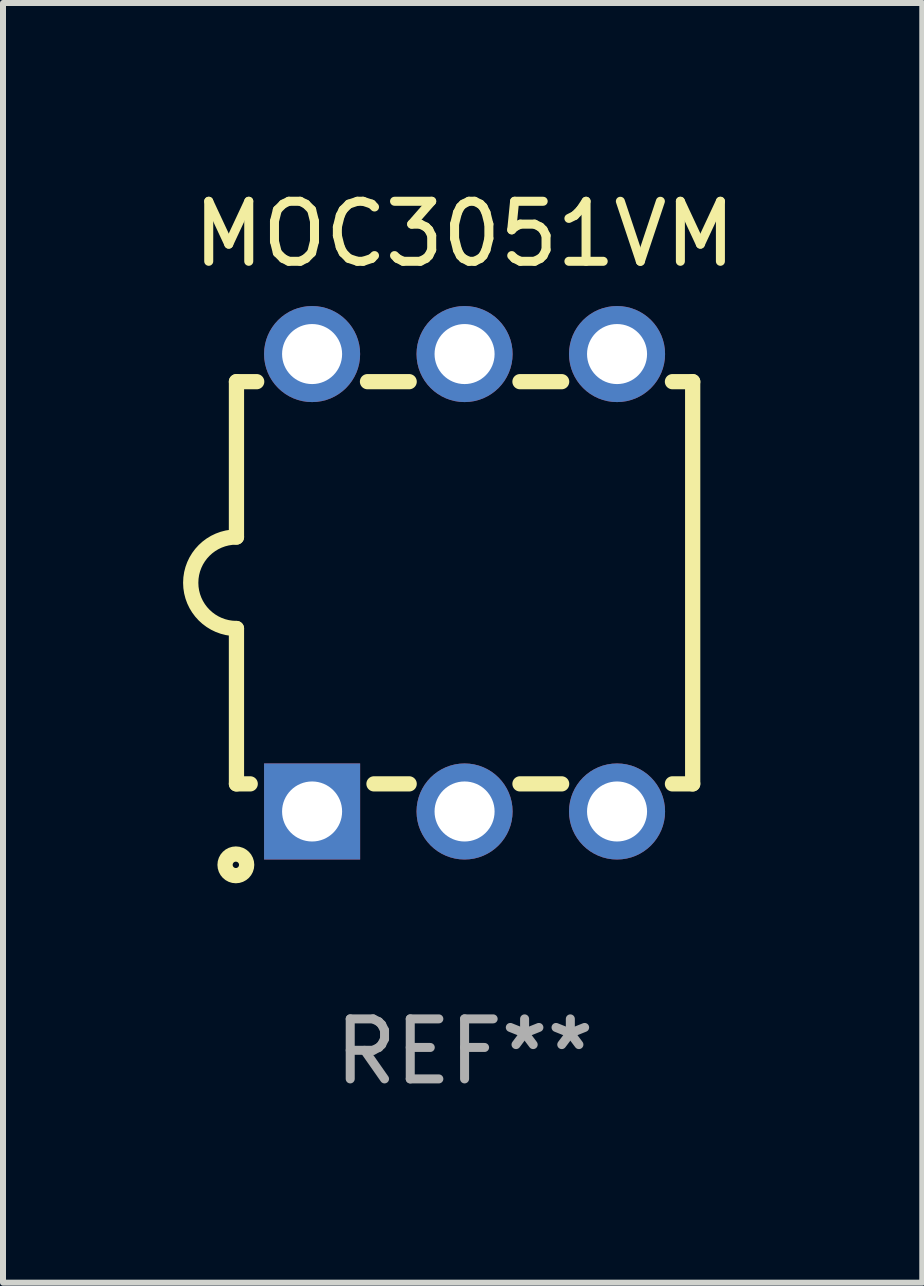
<source format=kicad_pcb>
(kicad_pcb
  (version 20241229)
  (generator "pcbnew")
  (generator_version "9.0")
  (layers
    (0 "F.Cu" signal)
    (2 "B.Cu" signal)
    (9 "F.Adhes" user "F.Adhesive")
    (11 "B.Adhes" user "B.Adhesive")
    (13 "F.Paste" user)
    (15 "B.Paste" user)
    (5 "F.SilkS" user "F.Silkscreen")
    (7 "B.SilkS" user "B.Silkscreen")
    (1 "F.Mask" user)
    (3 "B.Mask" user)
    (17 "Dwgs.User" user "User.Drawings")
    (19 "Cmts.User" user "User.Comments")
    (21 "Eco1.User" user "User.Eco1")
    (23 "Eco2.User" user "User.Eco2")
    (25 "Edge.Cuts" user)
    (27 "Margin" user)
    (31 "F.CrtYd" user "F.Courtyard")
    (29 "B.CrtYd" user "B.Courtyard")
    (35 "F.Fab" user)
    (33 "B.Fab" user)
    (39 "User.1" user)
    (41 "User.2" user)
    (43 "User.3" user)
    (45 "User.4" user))
  (footprint "MOC3051VM"
    (layer "F.Cu")
    (at 4.689 6.658)
    (property "Reference" "MOC3051VM" (at 0 -5.81 0) (layer "F.SilkS") (effects (font (size 1 1) (thickness 0.15))))
    (attr through_hole)
    (fp_line (start -3.8 3.35) (end -3.8 0.762) (stroke (width 0.254) (type solid)) (layer "F.SilkS"))
    (fp_line (start -3.8 3.35) (end -3.571 3.35) (stroke (width 0.254) (type solid)) (layer "F.SilkS"))
    (fp_line (start -3.8 -3.35) (end -3.8 -0.762) (stroke (width 0.254) (type solid)) (layer "F.SilkS"))
    (fp_line (start -3.8 -3.35) (end -3.463 -3.35) (stroke (width 0.254) (type solid)) (layer "F.SilkS"))
    (fp_line (start -1.617 -3.35) (end -0.923 -3.35) (stroke (width 0.254) (type solid)) (layer "F.SilkS"))
    (fp_line (start -1.509 3.35) (end -0.923 3.35) (stroke (width 0.254) (type solid)) (layer "F.SilkS"))
    (fp_line (start 0.923 -3.35) (end 1.617 -3.35) (stroke (width 0.254) (type solid)) (layer "F.SilkS"))
    (fp_line (start 0.923 3.35) (end 1.617 3.35) (stroke (width 0.254) (type solid)) (layer "F.SilkS"))
    (fp_line (start 3.463 -3.35) (end 3.8 -3.35) (stroke (width 0.254) (type solid)) (layer "F.SilkS"))
    (fp_line (start 3.463 3.35) (end 3.8 3.35) (stroke (width 0.254) (type solid)) (layer "F.SilkS"))
    (fp_line (start 3.8 -3.35) (end 3.8 3.35) (stroke (width 0.254) (type solid)) (layer "F.SilkS"))
    (fp_arc (start -3.800013 0.762002) (mid -4.561837 -0.000089) (end -3.799835 -0.762002) (stroke (width 0.254001) (type solid)) (layer "F.SilkS"))
    (fp_circle (center -3.81 4.699) (end -3.63 4.699) (stroke (width 0.254) (type solid)) (fill no) (layer "F.SilkS"))
    (fp_text user "REF**" (at 0 7.81 0) (layer "F.Fab") (effects (font (size 1 1) (thickness 0.15))))
    (pad "1" thru_hole rect (at -2.54 3.81) (size 1.6 1.6) (drill 1) (layers "*.Cu" "*.Mask"))
    (pad "2" thru_hole circle (at 0.000013 3.81) (size 1.6 1.6) (drill 1) (layers "*.Cu" "*.Mask"))
    (pad "3" thru_hole circle (at 2.54 3.81) (size 1.6 1.6) (drill 1) (layers "*.Cu" "*.Mask"))
    (pad "4" thru_hole circle (at 2.54 -3.81) (size 1.6 1.6) (drill 1) (layers "*.Cu" "*.Mask"))
    (pad "5" thru_hole circle (at 0.000013 -3.81) (size 1.6 1.6) (drill 1) (layers "*.Cu" "*.Mask"))
    (pad "6" thru_hole circle (at -2.54 -3.81) (size 1.6 1.6) (drill 1) (layers "*.Cu" "*.Mask")))
  (gr_rect
    (start -3 -3)
    (end 12.314 18.317)
    (stroke (width 0.1) (type default))
    (fill no)
    (layer "Edge.Cuts")))
</source>
